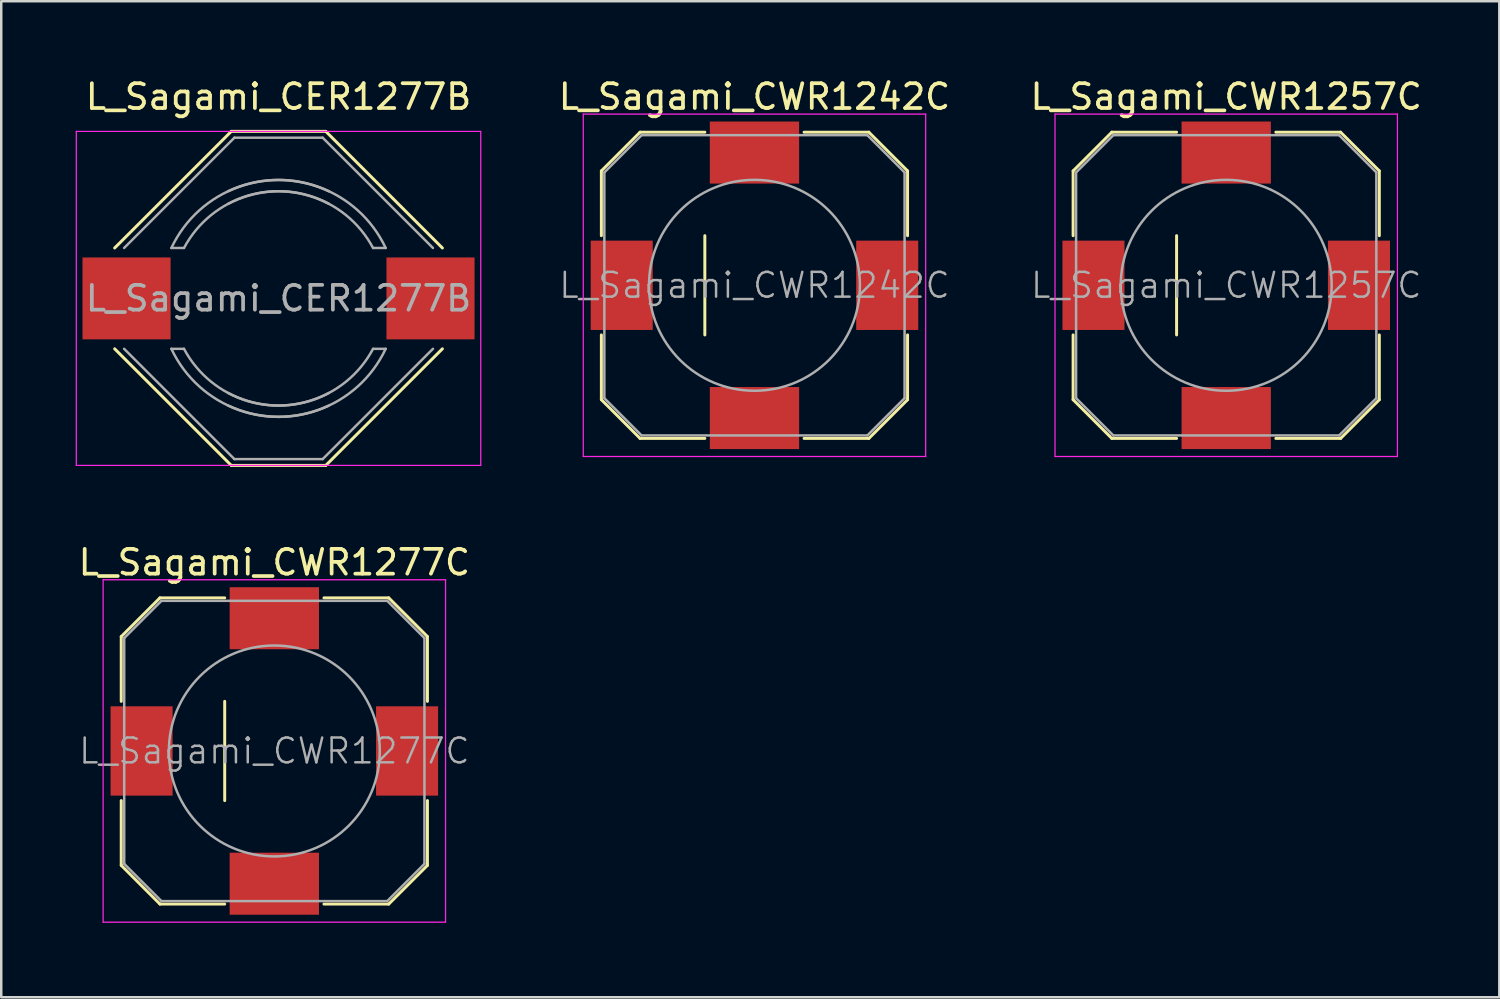
<source format=kicad_pcb>
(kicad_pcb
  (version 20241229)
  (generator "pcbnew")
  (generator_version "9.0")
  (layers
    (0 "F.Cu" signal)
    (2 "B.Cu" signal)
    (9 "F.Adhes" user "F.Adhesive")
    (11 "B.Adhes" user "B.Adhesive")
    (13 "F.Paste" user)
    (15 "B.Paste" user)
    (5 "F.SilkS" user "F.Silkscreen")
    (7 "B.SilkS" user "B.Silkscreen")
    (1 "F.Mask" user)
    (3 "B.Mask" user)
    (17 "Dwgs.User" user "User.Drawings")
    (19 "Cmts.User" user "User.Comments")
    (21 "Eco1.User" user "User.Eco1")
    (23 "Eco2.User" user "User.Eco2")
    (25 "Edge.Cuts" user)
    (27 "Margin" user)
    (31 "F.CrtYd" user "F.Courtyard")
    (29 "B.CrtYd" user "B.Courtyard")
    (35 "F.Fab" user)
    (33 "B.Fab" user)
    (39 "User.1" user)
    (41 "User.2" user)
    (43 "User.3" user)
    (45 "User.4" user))
  (footprint "L_Sagami_CWR1257C"
    (layer "F.Cu")
    (at 46.368 8.448)
    (property "Reference" "L_Sagami_CWR1257C" (at 0 -7.6 0) (layer "F.SilkS") (effects (font (size 1 1) (thickness 0.15))))
    (attr smd)
    (fp_line (start -6.17 -4.61) (end -6.17 -2) (stroke (width 0.12) (type solid)) (layer "F.SilkS"))
    (fp_line (start -6.17 2) (end -6.17 4.61) (stroke (width 0.12) (type solid)) (layer "F.SilkS"))
    (fp_line (start -4.61 -6.17) (end -6.17 -4.61) (stroke (width 0.12) (type solid)) (layer "F.SilkS"))
    (fp_line (start -4.61 -6.17) (end -2 -6.17) (stroke (width 0.12) (type solid)) (layer "F.SilkS"))
    (fp_line (start -4.61 6.17) (end -6.17 4.61) (stroke (width 0.12) (type solid)) (layer "F.SilkS"))
    (fp_line (start -4.61 6.17) (end -2 6.17) (stroke (width 0.12) (type solid)) (layer "F.SilkS"))
    (fp_line (start -2 -2) (end -2 2) (stroke (width 0.12) (type solid)) (layer "F.SilkS"))
    (fp_line (start 2 6.17) (end 4.61 6.17) (stroke (width 0.12) (type solid)) (layer "F.SilkS"))
    (fp_line (start 4.61 -6.17) (end 2 -6.17) (stroke (width 0.12) (type solid)) (layer "F.SilkS"))
    (fp_line (start 4.61 -6.17) (end 6.17 -4.61) (stroke (width 0.12) (type solid)) (layer "F.SilkS"))
    (fp_line (start 4.61 6.17) (end 6.17 4.61) (stroke (width 0.12) (type solid)) (layer "F.SilkS"))
    (fp_line (start 6.17 -2) (end 6.17 -4.61) (stroke (width 0.12) (type solid)) (layer "F.SilkS"))
    (fp_line (start 6.17 4.61) (end 6.17 2) (stroke (width 0.12) (type solid)) (layer "F.SilkS"))
    (fp_line (start -6.9 -6.9) (end -6.9 6.9) (stroke (width 0.05) (type solid)) (layer "F.CrtYd"))
    (fp_line (start -6.9 -6.9) (end 6.9 -6.9) (stroke (width 0.05) (type solid)) (layer "F.CrtYd"))
    (fp_line (start -6.9 6.9) (end 6.9 6.9) (stroke (width 0.05) (type solid)) (layer "F.CrtYd"))
    (fp_line (start 6.9 -6.9) (end 6.9 6.9) (stroke (width 0.05) (type solid)) (layer "F.CrtYd"))
    (fp_line (start -6.05 -4.55) (end -4.55 -6.05) (stroke (width 0.1) (type solid)) (layer "F.Fab"))
    (fp_line (start -6.05 4.55) (end -6.05 -4.55) (stroke (width 0.1) (type solid)) (layer "F.Fab"))
    (fp_line (start -6.05 4.55) (end -4.55 6.05) (stroke (width 0.1) (type solid)) (layer "F.Fab"))
    (fp_line (start -4.55 -6.05) (end 4.55 -6.05) (stroke (width 0.1) (type solid)) (layer "F.Fab"))
    (fp_line (start 4.55 -6.05) (end 6.05 -4.55) (stroke (width 0.1) (type solid)) (layer "F.Fab"))
    (fp_line (start 4.55 6.05) (end -4.55 6.05) (stroke (width 0.1) (type solid)) (layer "F.Fab"))
    (fp_line (start 4.55 6.05) (end 6.05 4.55) (stroke (width 0.1) (type solid)) (layer "F.Fab"))
    (fp_line (start 6.05 -4.55) (end 6.05 4.55) (stroke (width 0.1) (type solid)) (layer "F.Fab"))
    (fp_circle (center 0 0) (end 4.25 0) (stroke (width 0.1) (type solid)) (fill no) (layer "F.Fab"))
    (fp_text user "${REFERENCE}" (at 0 0 0) (layer "F.Fab") (effects (font (size 1 1) (thickness 0.1))))
    (pad "1" smd rect (at -5.35 0) (size 2.5 3.6) (layers "F.Cu" "F.Mask" "F.Paste"))
    (pad "1" smd rect (at 0 5.35) (size 3.6 2.5) (layers "F.Cu" "F.Mask" "F.Paste"))
    (pad "2" smd rect (at 0 -5.35) (size 3.6 2.5) (layers "F.Cu" "F.Mask" "F.Paste"))
    (pad "2" smd rect (at 5.35 0) (size 2.5 3.6) (layers "F.Cu" "F.Mask" "F.Paste")))
  (footprint "L_Sagami_CWR1242C"
    (layer "F.Cu")
    (at 27.356 8.448)
    (property "Reference" "L_Sagami_CWR1242C" (at 0 -7.6 0) (layer "F.SilkS") (effects (font (size 1 1) (thickness 0.15))))
    (attr smd)
    (fp_line (start -6.17 -4.61) (end -6.17 -2) (stroke (width 0.12) (type solid)) (layer "F.SilkS"))
    (fp_line (start -6.17 2) (end -6.17 4.61) (stroke (width 0.12) (type solid)) (layer "F.SilkS"))
    (fp_line (start -4.61 -6.17) (end -6.17 -4.61) (stroke (width 0.12) (type solid)) (layer "F.SilkS"))
    (fp_line (start -4.61 -6.17) (end -2 -6.17) (stroke (width 0.12) (type solid)) (layer "F.SilkS"))
    (fp_line (start -4.61 6.17) (end -6.17 4.61) (stroke (width 0.12) (type solid)) (layer "F.SilkS"))
    (fp_line (start -4.61 6.17) (end -2 6.17) (stroke (width 0.12) (type solid)) (layer "F.SilkS"))
    (fp_line (start -2 -2) (end -2 2) (stroke (width 0.12) (type solid)) (layer "F.SilkS"))
    (fp_line (start 2 6.17) (end 4.61 6.17) (stroke (width 0.12) (type solid)) (layer "F.SilkS"))
    (fp_line (start 4.61 -6.17) (end 2 -6.17) (stroke (width 0.12) (type solid)) (layer "F.SilkS"))
    (fp_line (start 4.61 -6.17) (end 6.17 -4.61) (stroke (width 0.12) (type solid)) (layer "F.SilkS"))
    (fp_line (start 4.61 6.17) (end 6.17 4.61) (stroke (width 0.12) (type solid)) (layer "F.SilkS"))
    (fp_line (start 6.17 -2) (end 6.17 -4.61) (stroke (width 0.12) (type solid)) (layer "F.SilkS"))
    (fp_line (start 6.17 4.61) (end 6.17 2) (stroke (width 0.12) (type solid)) (layer "F.SilkS"))
    (fp_line (start -6.9 -6.9) (end -6.9 6.9) (stroke (width 0.05) (type solid)) (layer "F.CrtYd"))
    (fp_line (start -6.9 -6.9) (end 6.9 -6.9) (stroke (width 0.05) (type solid)) (layer "F.CrtYd"))
    (fp_line (start -6.9 6.9) (end 6.9 6.9) (stroke (width 0.05) (type solid)) (layer "F.CrtYd"))
    (fp_line (start 6.9 -6.9) (end 6.9 6.9) (stroke (width 0.05) (type solid)) (layer "F.CrtYd"))
    (fp_line (start -6.05 -4.55) (end -4.55 -6.05) (stroke (width 0.1) (type solid)) (layer "F.Fab"))
    (fp_line (start -6.05 4.55) (end -6.05 -4.55) (stroke (width 0.1) (type solid)) (layer "F.Fab"))
    (fp_line (start -6.05 4.55) (end -4.55 6.05) (stroke (width 0.1) (type solid)) (layer "F.Fab"))
    (fp_line (start -4.55 -6.05) (end 4.55 -6.05) (stroke (width 0.1) (type solid)) (layer "F.Fab"))
    (fp_line (start 4.55 -6.05) (end 6.05 -4.55) (stroke (width 0.1) (type solid)) (layer "F.Fab"))
    (fp_line (start 4.55 6.05) (end -4.55 6.05) (stroke (width 0.1) (type solid)) (layer "F.Fab"))
    (fp_line (start 4.55 6.05) (end 6.05 4.55) (stroke (width 0.1) (type solid)) (layer "F.Fab"))
    (fp_line (start 6.05 -4.55) (end 6.05 4.55) (stroke (width 0.1) (type solid)) (layer "F.Fab"))
    (fp_circle (center 0 0) (end 4.25 0) (stroke (width 0.1) (type solid)) (fill no) (layer "F.Fab"))
    (fp_text user "${REFERENCE}" (at 0 0 0) (layer "F.Fab") (effects (font (size 1 1) (thickness 0.1))))
    (pad "1" smd rect (at -5.35 0) (size 2.5 3.6) (layers "F.Cu" "F.Mask" "F.Paste"))
    (pad "1" smd rect (at 0 5.35) (size 3.6 2.5) (layers "F.Cu" "F.Mask" "F.Paste"))
    (pad "2" smd rect (at 0 -5.35) (size 3.6 2.5) (layers "F.Cu" "F.Mask" "F.Paste"))
    (pad "2" smd rect (at 5.35 0) (size 2.5 3.6) (layers "F.Cu" "F.Mask" "F.Paste")))
  (footprint "L_Sagami_CER1277B"
    (layer "F.Cu")
    (at 8.175 8.976)
    (property "Reference" "L_Sagami_CER1277B" (at 0 -8.128 0) (layer "F.SilkS") (effects (font (size 1 1) (thickness 0.15))))
    (attr smd)
    (fp_line (start -6.604 -2.032) (end -1.905 -6.731) (stroke (width 0.12) (type solid)) (layer "F.SilkS"))
    (fp_line (start -6.604 2.032) (end -1.905 6.731) (stroke (width 0.12) (type solid)) (layer "F.SilkS"))
    (fp_line (start -1.905 -6.731) (end 1.905 -6.731) (stroke (width 0.12) (type solid)) (layer "F.SilkS"))
    (fp_line (start -1.905 6.731) (end 1.905 6.731) (stroke (width 0.12) (type solid)) (layer "F.SilkS"))
    (fp_line (start 1.905 -6.731) (end 6.604 -2.032) (stroke (width 0.12) (type solid)) (layer "F.SilkS"))
    (fp_line (start 1.905 6.731) (end 6.604 2.032) (stroke (width 0.12) (type solid)) (layer "F.SilkS"))
    (fp_line (start -8.15 -6.73) (end -8.15 6.73) (stroke (width 0.05) (type solid)) (layer "F.CrtYd"))
    (fp_line (start -8.15 -6.73) (end 8.15 -6.73) (stroke (width 0.05) (type solid)) (layer "F.CrtYd"))
    (fp_line (start -8.15 6.73) (end 8.15 6.73) (stroke (width 0.05) (type solid)) (layer "F.CrtYd"))
    (fp_line (start 8.15 -6.73) (end 8.15 6.73) (stroke (width 0.05) (type solid)) (layer "F.CrtYd"))
    (fp_line (start -6.223 -2.032) (end -1.778 -6.477) (stroke (width 0.1) (type solid)) (layer "F.Fab"))
    (fp_line (start -6.223 2.032) (end -1.778 6.477) (stroke (width 0.1) (type solid)) (layer "F.Fab"))
    (fp_line (start -3.81 -2.032) (end -4.318 -2.032) (stroke (width 0.1) (type solid)) (layer "F.Fab"))
    (fp_line (start -3.81 2.032) (end -4.318 2.032) (stroke (width 0.1) (type solid)) (layer "F.Fab"))
    (fp_line (start -1.778 6.477) (end 1.778 6.477) (stroke (width 0.1) (type solid)) (layer "F.Fab"))
    (fp_line (start 1.778 -6.477) (end -1.778 -6.477) (stroke (width 0.1) (type solid)) (layer "F.Fab"))
    (fp_line (start 1.778 6.477) (end 6.223 2.032) (stroke (width 0.1) (type solid)) (layer "F.Fab"))
    (fp_line (start 3.81 -2.032) (end 4.318 -2.032) (stroke (width 0.1) (type solid)) (layer "F.Fab"))
    (fp_line (start 3.81 2.032) (end 4.318 2.032) (stroke (width 0.1) (type solid)) (layer "F.Fab"))
    (fp_line (start 6.223 -2.032) (end 1.778 -6.477) (stroke (width 0.1) (type solid)) (layer "F.Fab"))
    (fp_arc (start -4.318 -2.032) (mid -1.616446 -4.490128) (end 2.032 -4.318) (stroke (width 0.1) (type solid)) (layer "F.Fab"))
    (fp_arc (start -3.81 -2.032) (mid -1.257236 -4.130918) (end 2.032 -3.81) (stroke (width 0.1) (type solid)) (layer "F.Fab"))
    (fp_arc (start -2.032 -4.318) (mid 1.616446 -4.490128) (end 4.318 -2.032) (stroke (width 0.1) (type solid)) (layer "F.Fab"))
    (fp_arc (start -2.032 -3.81) (mid 1.257236 -4.130918) (end 3.81 -2.032) (stroke (width 0.1) (type solid)) (layer "F.Fab"))
    (fp_arc (start 2.032 3.81) (mid -1.257236 4.130918) (end -3.81 2.032) (stroke (width 0.1) (type solid)) (layer "F.Fab"))
    (fp_arc (start 2.032 4.318) (mid -1.616446 4.490128) (end -4.318 2.032) (stroke (width 0.1) (type solid)) (layer "F.Fab"))
    (fp_arc (start 3.81 2.032) (mid 1.257236 4.130918) (end -2.032 3.81) (stroke (width 0.1) (type solid)) (layer "F.Fab"))
    (fp_arc (start 4.318 2.032) (mid 1.616446 4.490128) (end -2.032 4.318) (stroke (width 0.1) (type solid)) (layer "F.Fab"))
    (fp_text user "${REFERENCE}" (at 0 0 0) (layer "F.Fab") (effects (font (size 1 1) (thickness 0.15))))
    (pad "1" smd rect (at -6.125 0) (size 3.55 3.3) (layers "F.Cu" "F.Mask" "F.Paste"))
    (pad "2" smd rect (at 6.125 0) (size 3.55 3.3) (layers "F.Cu" "F.Mask" "F.Paste")))
  (footprint "L_Sagami_CWR1277C"
    (layer "F.Cu")
    (at 8.006 27.215)
    (property "Reference" "L_Sagami_CWR1277C" (at 0 -7.6 0) (layer "F.SilkS") (effects (font (size 1 1) (thickness 0.15))))
    (attr smd)
    (fp_line (start -6.17 -4.61) (end -6.17 -2) (stroke (width 0.12) (type solid)) (layer "F.SilkS"))
    (fp_line (start -6.17 2) (end -6.17 4.61) (stroke (width 0.12) (type solid)) (layer "F.SilkS"))
    (fp_line (start -4.61 -6.17) (end -6.17 -4.61) (stroke (width 0.12) (type solid)) (layer "F.SilkS"))
    (fp_line (start -4.61 -6.17) (end -2 -6.17) (stroke (width 0.12) (type solid)) (layer "F.SilkS"))
    (fp_line (start -4.61 6.17) (end -6.17 4.61) (stroke (width 0.12) (type solid)) (layer "F.SilkS"))
    (fp_line (start -4.61 6.17) (end -2 6.17) (stroke (width 0.12) (type solid)) (layer "F.SilkS"))
    (fp_line (start -2 -2) (end -2 2) (stroke (width 0.12) (type solid)) (layer "F.SilkS"))
    (fp_line (start 2 6.17) (end 4.61 6.17) (stroke (width 0.12) (type solid)) (layer "F.SilkS"))
    (fp_line (start 4.61 -6.17) (end 2 -6.17) (stroke (width 0.12) (type solid)) (layer "F.SilkS"))
    (fp_line (start 4.61 -6.17) (end 6.17 -4.61) (stroke (width 0.12) (type solid)) (layer "F.SilkS"))
    (fp_line (start 4.61 6.17) (end 6.17 4.61) (stroke (width 0.12) (type solid)) (layer "F.SilkS"))
    (fp_line (start 6.17 -2) (end 6.17 -4.61) (stroke (width 0.12) (type solid)) (layer "F.SilkS"))
    (fp_line (start 6.17 4.61) (end 6.17 2) (stroke (width 0.12) (type solid)) (layer "F.SilkS"))
    (fp_line (start -6.9 -6.9) (end -6.9 6.9) (stroke (width 0.05) (type solid)) (layer "F.CrtYd"))
    (fp_line (start -6.9 -6.9) (end 6.9 -6.9) (stroke (width 0.05) (type solid)) (layer "F.CrtYd"))
    (fp_line (start -6.9 6.9) (end 6.9 6.9) (stroke (width 0.05) (type solid)) (layer "F.CrtYd"))
    (fp_line (start 6.9 -6.9) (end 6.9 6.9) (stroke (width 0.05) (type solid)) (layer "F.CrtYd"))
    (fp_line (start -6.05 -4.55) (end -4.55 -6.05) (stroke (width 0.1) (type solid)) (layer "F.Fab"))
    (fp_line (start -6.05 4.55) (end -6.05 -4.55) (stroke (width 0.1) (type solid)) (layer "F.Fab"))
    (fp_line (start -6.05 4.55) (end -4.55 6.05) (stroke (width 0.1) (type solid)) (layer "F.Fab"))
    (fp_line (start -4.55 -6.05) (end 4.55 -6.05) (stroke (width 0.1) (type solid)) (layer "F.Fab"))
    (fp_line (start 4.55 -6.05) (end 6.05 -4.55) (stroke (width 0.1) (type solid)) (layer "F.Fab"))
    (fp_line (start 4.55 6.05) (end -4.55 6.05) (stroke (width 0.1) (type solid)) (layer "F.Fab"))
    (fp_line (start 4.55 6.05) (end 6.05 4.55) (stroke (width 0.1) (type solid)) (layer "F.Fab"))
    (fp_line (start 6.05 -4.55) (end 6.05 4.55) (stroke (width 0.1) (type solid)) (layer "F.Fab"))
    (fp_circle (center 0 0) (end 4.25 0) (stroke (width 0.1) (type solid)) (fill no) (layer "F.Fab"))
    (fp_text user "${REFERENCE}" (at 0 0 0) (layer "F.Fab") (effects (font (size 1 1) (thickness 0.1))))
    (pad "1" smd rect (at -5.35 0) (size 2.5 3.6) (layers "F.Cu" "F.Mask" "F.Paste"))
    (pad "1" smd rect (at 0 5.35) (size 3.6 2.5) (layers "F.Cu" "F.Mask" "F.Paste"))
    (pad "2" smd rect (at 0 -5.35) (size 3.6 2.5) (layers "F.Cu" "F.Mask" "F.Paste"))
    (pad "2" smd rect (at 5.35 0) (size 2.5 3.6) (layers "F.Cu" "F.Mask" "F.Paste")))
  (gr_rect
    (start -3 -3)
    (end 57.374 37.141)
    (stroke (width 0.1) (type default))
    (fill no)
    (layer "Edge.Cuts")))
</source>
